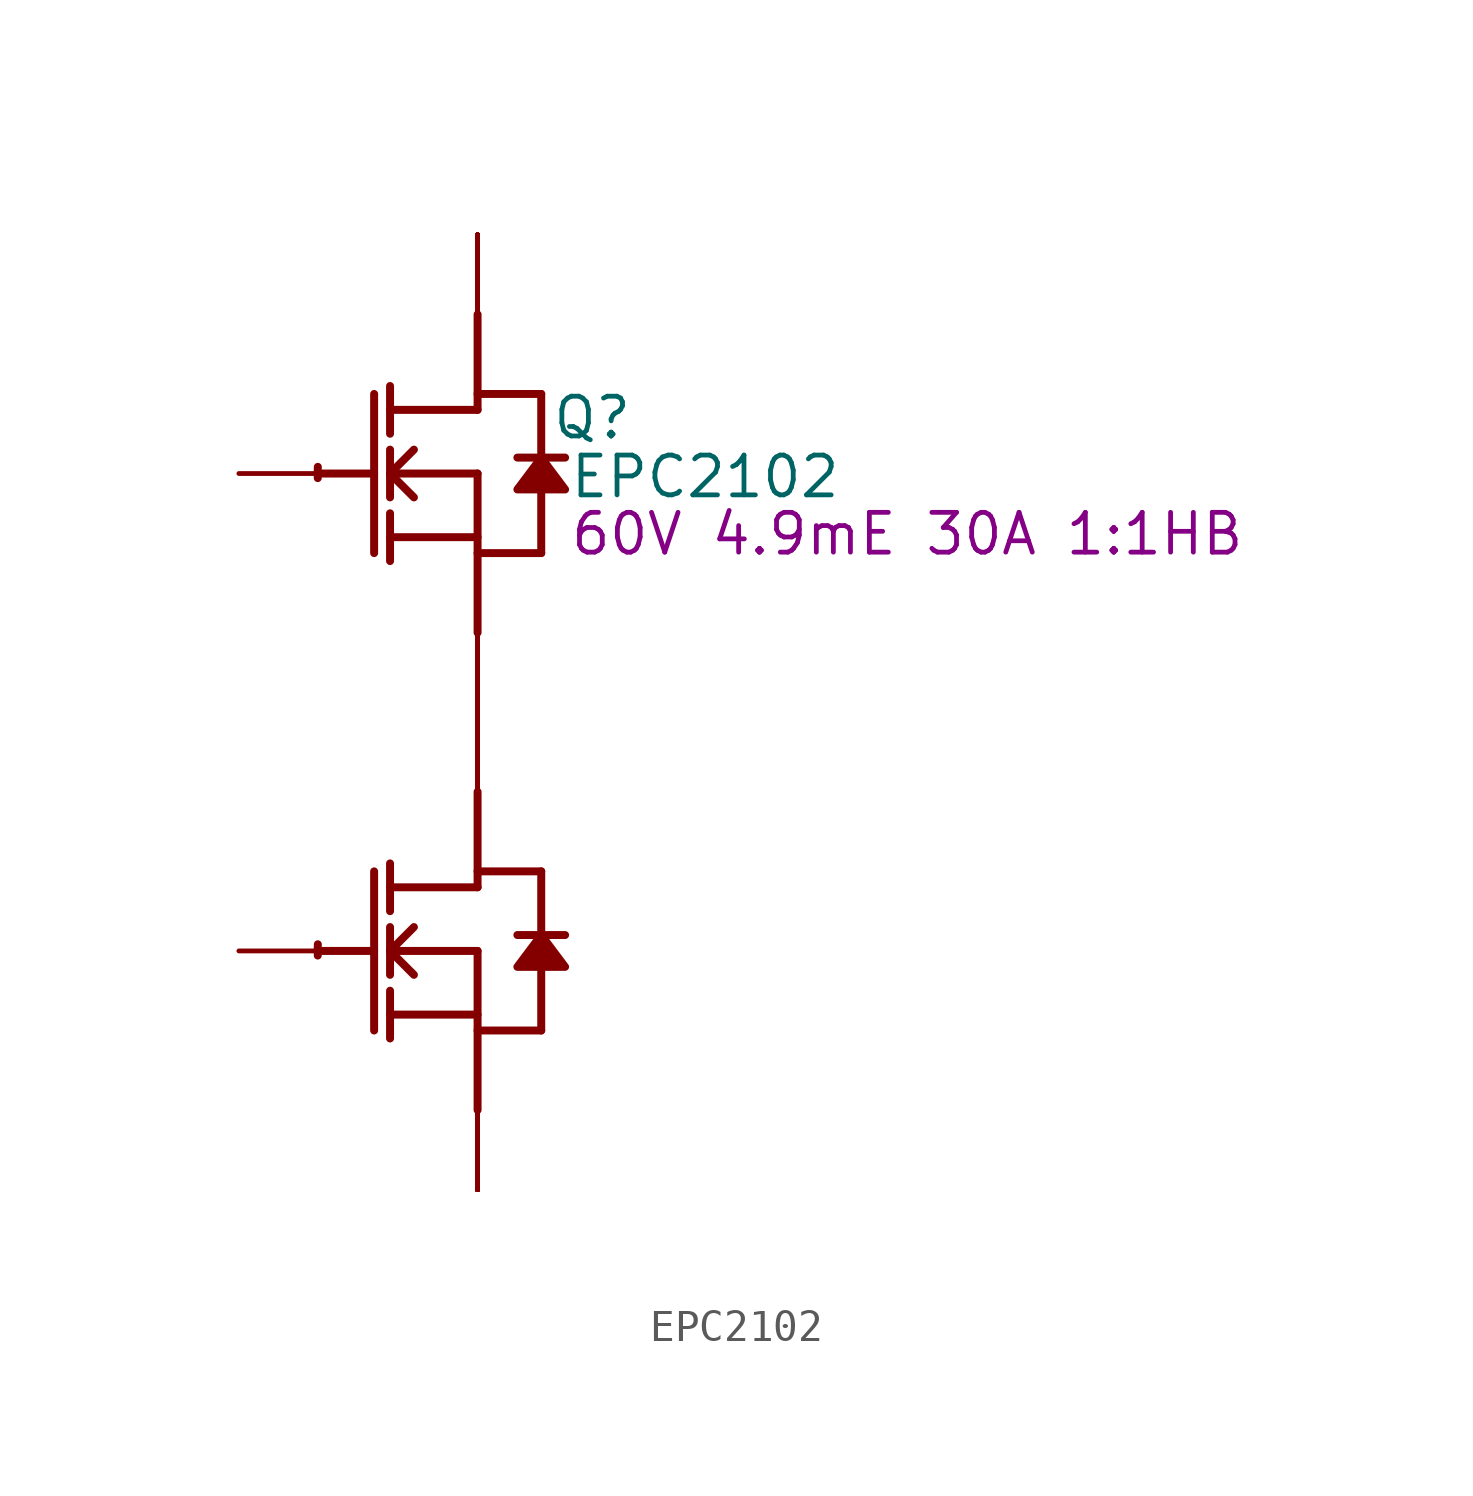
<source format=kicad_sym>
(kicad_symbol_lib
  (version 20241209)
  (generator "kicad_symbol_editor")
  (generator_version "9.0")
  (symbol "EPC2102"
    (property "Reference" "Q"
      (at 3.658 1.778 0)
      (effects (font (size 1.27 1.27))))
    (property "Value" "EPC2102"
      (at 7.264 -0.102 0)
      (effects (font (size 1.27 1.27))))
    (property "Description" "60V 4.9mE 30A 1:1HB"
      (at 13.716 -1.93 0)
      (effects (font (size 1.27 1.27))))
    (symbol "EPC2102_1_0"
      (polyline (pts (xy -5.08 0) (xy -3.302 0)) (stroke (width 0.254) (type solid)) (fill (type none)))
      (polyline (pts (xy -5.08 -15.24) (xy -3.302 -15.24)) (stroke (width 0.254) (type solid)) (fill (type none)))
      (polyline (pts (xy -3.302 2.54) (xy -3.302 -2.54)) (stroke (width 0.254) (type solid)) (fill (type none)))
      (polyline (pts (xy -3.302 -12.7) (xy -3.302 -17.78)) (stroke (width 0.254) (type solid)) (fill (type none)))
      (polyline (pts (xy -2.794 1.27) (xy -2.794 2.794)) (stroke (width 0.254) (type solid)) (fill (type none)))
      (polyline (pts (xy -2.794 0) (xy -2.032 0.762)) (stroke (width 0.254) (type solid)) (fill (type none)))
      (polyline (pts (xy -2.794 0) (xy 0 0)) (stroke (width 0.254) (type solid)) (fill (type none)))
      (polyline (pts (xy -2.794 -0.762) (xy -2.794 0.762)) (stroke (width 0.254) (type solid)) (fill (type none)))
      (polyline (pts (xy -2.794 -2.032) (xy 0 -2.032)) (stroke (width 0.254) (type solid)) (fill (type none)))
      (polyline (pts (xy -2.794 -2.794) (xy -2.794 -1.27)) (stroke (width 0.254) (type solid)) (fill (type none)))
      (polyline (pts (xy -2.794 -13.97) (xy -2.794 -12.446)) (stroke (width 0.254) (type solid)) (fill (type none)))
      (polyline (pts (xy -2.794 -15.24) (xy -2.032 -14.478)) (stroke (width 0.254) (type solid)) (fill (type none)))
      (polyline (pts (xy -2.794 -15.24) (xy 0 -15.24)) (stroke (width 0.254) (type solid)) (fill (type none)))
      (polyline (pts (xy -2.794 -16.002) (xy -2.794 -14.478)) (stroke (width 0.254) (type solid)) (fill (type none)))
      (polyline (pts (xy -2.794 -17.272) (xy 0 -17.272)) (stroke (width 0.254) (type solid)) (fill (type none)))
      (polyline (pts (xy -2.794 -18.034) (xy -2.794 -16.51)) (stroke (width 0.254) (type solid)) (fill (type none)))
      (polyline (pts (xy -2.032 -0.762) (xy -2.794 0)) (stroke (width 0.254) (type solid)) (fill (type none)))
      (polyline (pts (xy -2.032 -16.002) (xy -2.794 -15.24)) (stroke (width 0.254) (type solid)) (fill (type none)))
      (polyline (pts (xy 0 2.54) (xy 2.032 2.54)) (stroke (width 0.254) (type solid)) (fill (type none)))
      (polyline (pts (xy 0 2.032) (xy -2.794 2.032)) (stroke (width 0.254) (type solid)) (fill (type none)))
      (polyline (pts (xy 0 2.032) (xy 0 5.08)) (stroke (width 0.254) (type solid)) (fill (type none)))
      (polyline (pts (xy 0 0) (xy 0 -5.08)) (stroke (width 0.254) (type solid)) (fill (type none)))
      (polyline (pts (xy 0 -2.54) (xy 2.032 -2.54)) (stroke (width 0.254) (type solid)) (fill (type none)))
      (polyline (pts (xy 0 -12.7) (xy 2.032 -12.7)) (stroke (width 0.254) (type solid)) (fill (type none)))
      (polyline (pts (xy 0 -13.208) (xy -2.794 -13.208)) (stroke (width 0.254) (type solid)) (fill (type none)))
      (polyline (pts (xy 0 -13.208) (xy 0 -10.16)) (stroke (width 0.254) (type solid)) (fill (type none)))
      (polyline (pts (xy 0 -15.24) (xy 0 -20.32)) (stroke (width 0.254) (type solid)) (fill (type none)))
      (polyline (pts (xy 0 -17.78) (xy 2.032 -17.78)) (stroke (width 0.254) (type solid)) (fill (type none)))
      (arc (start -5.1019 -0.1467) (mid -5.1039 0.0331) (end -5.0996 0.2128) (stroke (width 0.254) (type solid)) (fill (type none)))
      (arc (start -5.1019 -15.3867) (mid -5.1039 -15.2069) (end -5.0996 -15.0272) (stroke (width 0.254) (type solid)) (fill (type none)))
      (polyline (pts (xy 2.032 2.54) (xy 2.032 0.508)) (stroke (width 0.254) (type solid)) (fill (type none)))
      (polyline (pts (xy 2.032 0.508) (xy 1.27 -0.508) (xy 2.794 -0.508) (xy 2.032 0.508)) (stroke (width 0.254) (type solid)) (fill (type outline)))
      (polyline (pts (xy 2.032 -0.508) (xy 2.032 -2.54)) (stroke (width 0.254) (type solid)) (fill (type none)))
      (polyline (pts (xy 2.032 -12.7) (xy 2.032 -14.732)) (stroke (width 0.254) (type solid)) (fill (type none)))
      (polyline (pts (xy 2.032 -14.732) (xy 1.27 -15.748) (xy 2.794 -15.748) (xy 2.032 -14.732)) (stroke (width 0.254) (type solid)) (fill (type outline)))
      (polyline (pts (xy 2.032 -15.748) (xy 2.032 -17.78)) (stroke (width 0.254) (type solid)) (fill (type none)))
      (polyline (pts (xy 2.794 0.508) (xy 1.27 0.508)) (stroke (width 0.254) (type solid)) (fill (type none)))
      (polyline (pts (xy 2.794 -14.732) (xy 1.27 -14.732)) (stroke (width 0.254) (type solid)) (fill (type none)))
      (pin passive line (at -7.62 0 0) (length 2.54) (name "G1" (effects (font (size 0 0)))) (number "2" (effects (font (size 0 0)))))
      (pin passive line (at -7.62 -15.24 0) (length 2.54) (name "G2" (effects (font (size 0 0)))) (number "4" (effects (font (size 0 0)))))
      (pin open_collector line (at 0 7.62 270) (length 2.54) (name "D1" (effects (font (size 0 0)))) (number "1" (effects (font (size 0 0)))))
      (pin open_collector line (at 0 7.62 270) (length 2.54) (name "D1" (effects (font (size 0 0)))) (number "11" (effects (font (size 0 0)))))
      (pin open_emitter line (at 0 7.62 270) (length 2.54) (name "D1" (effects (font (size 0 0)))) (number "12" (effects (font (size 0 0)))))
      (pin open_emitter line (at 0 7.62 270) (length 2.54) (name "D1" (effects (font (size 0 0)))) (number "13" (effects (font (size 0 0)))))
      (pin open_collector line (at 0 7.62 270) (length 2.54) (name "D1" (effects (font (size 0 0)))) (number "21" (effects (font (size 0 0)))))
      (pin open_emitter line (at 0 7.62 270) (length 2.54) (name "D1" (effects (font (size 0 0)))) (number "22" (effects (font (size 0 0)))))
      (pin open_emitter line (at 0 7.62 270) (length 2.54) (name "D1" (effects (font (size 0 0)))) (number "23" (effects (font (size 0 0)))))
      (pin open_collector line (at 0 7.62 270) (length 2.54) (name "D1" (effects (font (size 0 0)))) (number "31" (effects (font (size 0 0)))))
      (pin open_emitter line (at 0 7.62 270) (length 2.54) (name "D1" (effects (font (size 0 0)))) (number "32" (effects (font (size 0 0)))))
      (pin open_emitter line (at 0 7.62 270) (length 2.54) (name "D1" (effects (font (size 0 0)))) (number "33" (effects (font (size 0 0)))))
      (pin open_collector line (at 0 7.62 270) (length 2.54) (name "D1" (effects (font (size 0 0)))) (number "41" (effects (font (size 0 0)))))
      (pin open_emitter line (at 0 7.62 270) (length 2.54) (name "D1" (effects (font (size 0 0)))) (number "42" (effects (font (size 0 0)))))
      (pin open_collector line (at 0 7.62 270) (length 2.54) (name "D1" (effects (font (size 0 0)))) (number "51" (effects (font (size 0 0)))))
      (pin open_emitter line (at 0 7.62 270) (length 2.54) (name "D1" (effects (font (size 0 0)))) (number "52" (effects (font (size 0 0)))))
      (pin open_collector line (at 0 7.62 270) (length 2.54) (name "D1" (effects (font (size 0 0)))) (number "61" (effects (font (size 0 0)))))
      (pin open_emitter line (at 0 7.62 270) (length 2.54) (name "D1" (effects (font (size 0 0)))) (number "62" (effects (font (size 0 0)))))
      (pin open_collector line (at 0 7.62 270) (length 2.54) (name "D1" (effects (font (size 0 0)))) (number "71" (effects (font (size 0 0)))))
      (pin open_emitter line (at 0 7.62 270) (length 2.54) (name "D1" (effects (font (size 0 0)))) (number "72" (effects (font (size 0 0)))))
      (pin open_collector line (at 0 -7.62 270) (length 2.54) (name "D2" (effects (font (size 0 0)))) (number "10" (effects (font (size 0 0)))))
      (pin open_emitter line (at 0 -7.62 90) (length 2.54) (name "S1" (effects (font (size 0 0)))) (number "16" (effects (font (size 0 0)))))
      (pin open_collector line (at 0 -7.62 90) (length 2.54) (name "S1" (effects (font (size 0 0)))) (number "17" (effects (font (size 0 0)))))
      (pin open_collector line (at 0 -7.62 90) (length 2.54) (name "S1" (effects (font (size 0 0)))) (number "18" (effects (font (size 0 0)))))
      (pin open_collector line (at 0 -7.62 270) (length 2.54) (name "D2" (effects (font (size 0 0)))) (number "19" (effects (font (size 0 0)))))
      (pin open_collector line (at 0 -7.62 270) (length 2.54) (name "D2" (effects (font (size 0 0)))) (number "20" (effects (font (size 0 0)))))
      (pin open_emitter line (at 0 -7.62 90) (length 2.54) (name "S1" (effects (font (size 0 0)))) (number "26" (effects (font (size 0 0)))))
      (pin open_collector line (at 0 -7.62 90) (length 2.54) (name "S1" (effects (font (size 0 0)))) (number "27" (effects (font (size 0 0)))))
      (pin open_collector line (at 0 -7.62 90) (length 2.54) (name "S1" (effects (font (size 0 0)))) (number "28" (effects (font (size 0 0)))))
      (pin open_collector line (at 0 -7.62 270) (length 2.54) (name "D2" (effects (font (size 0 0)))) (number "29" (effects (font (size 0 0)))))
      (pin passive line (at 0 -7.62 90) (length 2.54) (name "SG1" (effects (font (size 0 0)))) (number "3" (effects (font (size 0 0)))))
      (pin open_collector line (at 0 -7.62 270) (length 2.54) (name "D2" (effects (font (size 0 0)))) (number "30" (effects (font (size 0 0)))))
      (pin open_emitter line (at 0 -7.62 90) (length 2.54) (name "S1" (effects (font (size 0 0)))) (number "36" (effects (font (size 0 0)))))
      (pin open_collector line (at 0 -7.62 90) (length 2.54) (name "S1" (effects (font (size 0 0)))) (number "37" (effects (font (size 0 0)))))
      (pin open_collector line (at 0 -7.62 90) (length 2.54) (name "S1" (effects (font (size 0 0)))) (number "38" (effects (font (size 0 0)))))
      (pin open_collector line (at 0 -7.62 270) (length 2.54) (name "D2" (effects (font (size 0 0)))) (number "39" (effects (font (size 0 0)))))
      (pin open_collector line (at 0 -7.62 270) (length 2.54) (name "D2" (effects (font (size 0 0)))) (number "40" (effects (font (size 0 0)))))
      (pin open_emitter line (at 0 -7.62 90) (length 2.54) (name "S1" (effects (font (size 0 0)))) (number "46" (effects (font (size 0 0)))))
      (pin open_collector line (at 0 -7.62 90) (length 2.54) (name "S1" (effects (font (size 0 0)))) (number "47" (effects (font (size 0 0)))))
      (pin open_collector line (at 0 -7.62 90) (length 2.54) (name "S1" (effects (font (size 0 0)))) (number "48" (effects (font (size 0 0)))))
      (pin open_collector line (at 0 -7.62 270) (length 2.54) (name "D2" (effects (font (size 0 0)))) (number "49" (effects (font (size 0 0)))))
      (pin open_collector line (at 0 -7.62 270) (length 2.54) (name "D2" (effects (font (size 0 0)))) (number "50" (effects (font (size 0 0)))))
      (pin open_emitter line (at 0 -7.62 90) (length 2.54) (name "S1" (effects (font (size 0 0)))) (number "56" (effects (font (size 0 0)))))
      (pin open_collector line (at 0 -7.62 90) (length 2.54) (name "S1" (effects (font (size 0 0)))) (number "57" (effects (font (size 0 0)))))
      (pin open_collector line (at 0 -7.62 90) (length 2.54) (name "S1" (effects (font (size 0 0)))) (number "58" (effects (font (size 0 0)))))
      (pin open_collector line (at 0 -7.62 270) (length 2.54) (name "D2" (effects (font (size 0 0)))) (number "59" (effects (font (size 0 0)))))
      (pin open_emitter line (at 0 -7.62 90) (length 2.54) (name "S1" (effects (font (size 0 0)))) (number "6" (effects (font (size 0 0)))))
      (pin open_collector line (at 0 -7.62 270) (length 2.54) (name "D2" (effects (font (size 0 0)))) (number "60" (effects (font (size 0 0)))))
      (pin open_emitter line (at 0 -7.62 90) (length 2.54) (name "S1" (effects (font (size 0 0)))) (number "66" (effects (font (size 0 0)))))
      (pin open_collector line (at 0 -7.62 90) (length 2.54) (name "S1" (effects (font (size 0 0)))) (number "67" (effects (font (size 0 0)))))
      (pin open_collector line (at 0 -7.62 90) (length 2.54) (name "S1" (effects (font (size 0 0)))) (number "68" (effects (font (size 0 0)))))
      (pin open_collector line (at 0 -7.62 270) (length 2.54) (name "D2" (effects (font (size 0 0)))) (number "69" (effects (font (size 0 0)))))
      (pin open_collector line (at 0 -7.62 90) (length 2.54) (name "S1" (effects (font (size 0 0)))) (number "7" (effects (font (size 0 0)))))
      (pin open_collector line (at 0 -7.62 270) (length 2.54) (name "D2" (effects (font (size 0 0)))) (number "70" (effects (font (size 0 0)))))
      (pin open_collector line (at 0 -7.62 90) (length 2.54) (name "S1" (effects (font (size 0 0)))) (number "8" (effects (font (size 0 0)))))
      (pin open_collector line (at 0 -7.62 270) (length 2.54) (name "D2" (effects (font (size 0 0)))) (number "9" (effects (font (size 0 0)))))
      (pin open_emitter line (at 0 -22.86 90) (length 2.54) (name "S2" (effects (font (size 0 0)))) (number "14" (effects (font (size 0 0)))))
      (pin open_emitter line (at 0 -22.86 90) (length 2.54) (name "S2" (effects (font (size 0 0)))) (number "15" (effects (font (size 0 0)))))
      (pin open_emitter line (at 0 -22.86 90) (length 2.54) (name "S2" (effects (font (size 0 0)))) (number "24" (effects (font (size 0 0)))))
      (pin open_emitter line (at 0 -22.86 90) (length 2.54) (name "S2" (effects (font (size 0 0)))) (number "25" (effects (font (size 0 0)))))
      (pin open_emitter line (at 0 -22.86 90) (length 2.54) (name "S2" (effects (font (size 0 0)))) (number "34" (effects (font (size 0 0)))))
      (pin open_emitter line (at 0 -22.86 90) (length 2.54) (name "S2" (effects (font (size 0 0)))) (number "35" (effects (font (size 0 0)))))
      (pin open_emitter line (at 0 -22.86 90) (length 2.54) (name "S2" (effects (font (size 0 0)))) (number "43" (effects (font (size 0 0)))))
      (pin open_emitter line (at 0 -22.86 90) (length 2.54) (name "S2" (effects (font (size 0 0)))) (number "44" (effects (font (size 0 0)))))
      (pin open_emitter line (at 0 -22.86 90) (length 2.54) (name "S2" (effects (font (size 0 0)))) (number "45" (effects (font (size 0 0)))))
      (pin open_emitter line (at 0 -22.86 90) (length 2.54) (name "S2" (effects (font (size 0 0)))) (number "5" (effects (font (size 0 0)))))
      (pin open_emitter line (at 0 -22.86 90) (length 2.54) (name "S2" (effects (font (size 0 0)))) (number "53" (effects (font (size 0 0)))))
      (pin open_emitter line (at 0 -22.86 90) (length 2.54) (name "S2" (effects (font (size 0 0)))) (number "54" (effects (font (size 0 0)))))
      (pin open_emitter line (at 0 -22.86 90) (length 2.54) (name "S2" (effects (font (size 0 0)))) (number "55" (effects (font (size 0 0)))))
      (pin open_emitter line (at 0 -22.86 90) (length 2.54) (name "S2" (effects (font (size 0 0)))) (number "63" (effects (font (size 0 0)))))
      (pin open_emitter line (at 0 -22.86 90) (length 2.54) (name "S2" (effects (font (size 0 0)))) (number "64" (effects (font (size 0 0)))))
      (pin open_emitter line (at 0 -22.86 90) (length 2.54) (name "S2" (effects (font (size 0 0)))) (number "65" (effects (font (size 0 0)))))
      (pin open_emitter line (at 0 -22.86 90) (length 2.54) (name "S2" (effects (font (size 0 0)))) (number "73" (effects (font (size 0 0)))))
      (pin open_emitter line (at 0 -22.86 90) (length 2.54) (name "S2" (effects (font (size 0 0)))) (number "74" (effects (font (size 0 0)))))
      (pin open_emitter line (at 0 -22.86 90) (length 2.54) (name "S2" (effects (font (size 0 0)))) (number "75" (effects (font (size 0 0))))))))
</source>
